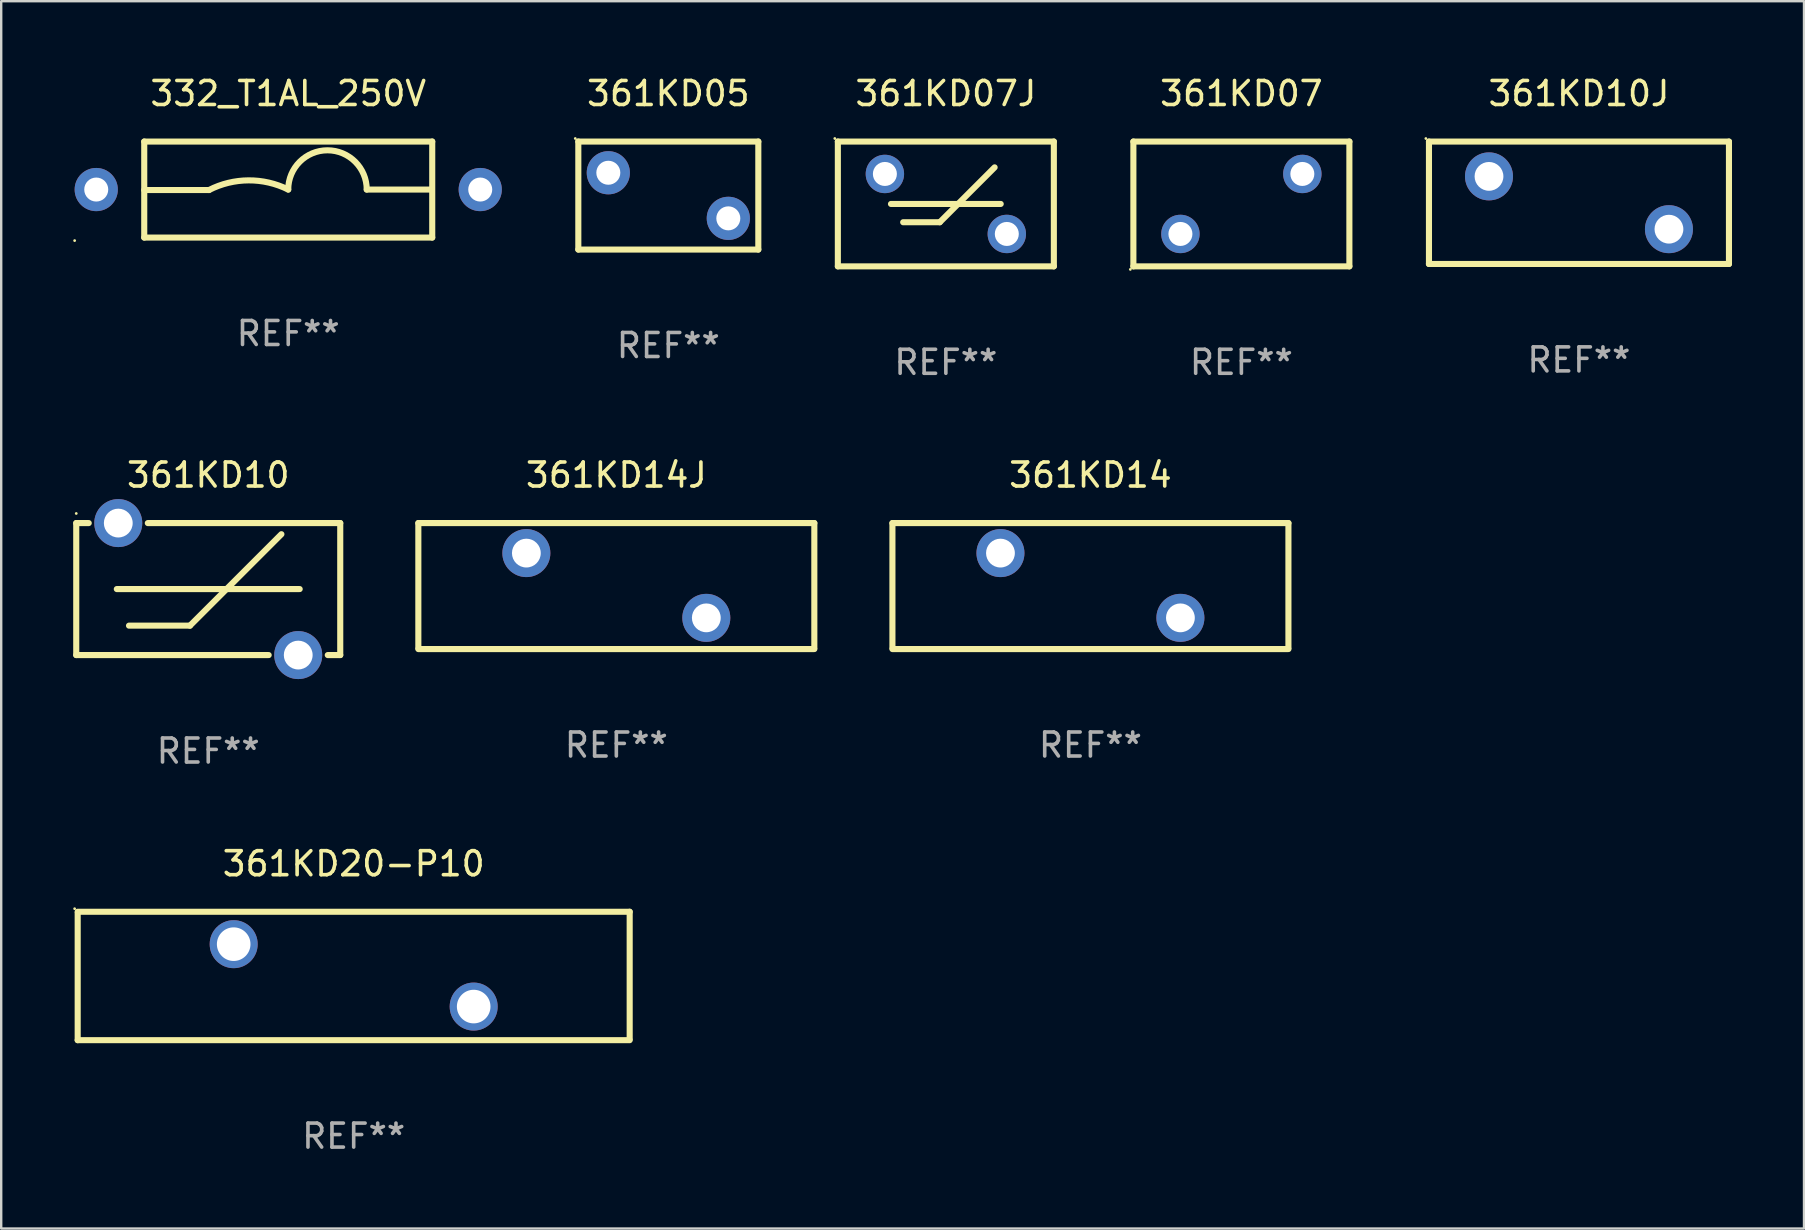
<source format=kicad_pcb>
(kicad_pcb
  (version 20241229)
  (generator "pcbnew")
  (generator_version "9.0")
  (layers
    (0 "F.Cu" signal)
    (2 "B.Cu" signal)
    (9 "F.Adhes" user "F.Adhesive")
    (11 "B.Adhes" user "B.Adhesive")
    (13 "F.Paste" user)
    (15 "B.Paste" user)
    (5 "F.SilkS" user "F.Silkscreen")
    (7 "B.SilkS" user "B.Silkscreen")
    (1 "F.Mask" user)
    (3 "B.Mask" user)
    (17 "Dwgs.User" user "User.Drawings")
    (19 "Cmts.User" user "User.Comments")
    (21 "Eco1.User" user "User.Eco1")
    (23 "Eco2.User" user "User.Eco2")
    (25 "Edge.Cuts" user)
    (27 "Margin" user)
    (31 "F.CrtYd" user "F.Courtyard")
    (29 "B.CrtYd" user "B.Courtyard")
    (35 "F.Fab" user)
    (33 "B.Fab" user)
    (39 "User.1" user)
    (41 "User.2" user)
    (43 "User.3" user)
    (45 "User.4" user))
  (footprint "361KD14"
    (layer "F.Cu")
    (at 42.385 21.37)
    (property "Reference" "361KD14" (at 0 -4.625 0) (layer "F.SilkS") (effects (font (size 1 1) (thickness 0.15))))
    (attr through_hole)
    (fp_line (start -8.25 -2.625) (end 8.25 -2.625) (stroke (width 0.254) (type solid)) (layer "F.SilkS"))
    (fp_line (start -8.25 2.577) (end -8.25 -2.625) (stroke (width 0.254) (type solid)) (layer "F.SilkS"))
    (fp_line (start 8.25 -2.625) (end 8.25 2.575) (stroke (width 0.254) (type solid)) (layer "F.SilkS"))
    (fp_line (start 8.25 2.625) (end -8.25 2.625) (stroke (width 0.254) (type solid)) (layer "F.SilkS"))
    (fp_circle (center -8.25 -2.625) (end -8.22 -2.625) (stroke (width 0.06) (type solid)) (fill no) (layer "F.SilkS"))
    (fp_text user "REF**" (at 0 6.625 0) (layer "F.Fab") (effects (font (size 1 1) (thickness 0.15))))
    (pad "1" thru_hole circle (at -3.749 -1.374) (size 2 2) (drill 1.2) (layers "*.Cu" "*.Mask"))
    (pad "2" thru_hole circle (at 3.749 1.324) (size 2 2) (drill 1.2) (layers "*.Cu" "*.Mask")))
  (footprint "361KD10"
    (layer "F.Cu")
    (at 5.627 21.495)
    (property "Reference" "361KD10" (at 0 -4.75 0) (layer "F.SilkS") (effects (font (size 1 1) (thickness 0.15))))
    (attr through_hole)
    (fp_line (start -5.5 -2.75) (end -5.5 2.75) (stroke (width 0.254) (type solid)) (layer "F.SilkS"))
    (fp_line (start -5.5 -2.75) (end -4.98 -2.75) (stroke (width 0.254) (type solid)) (layer "F.SilkS"))
    (fp_line (start -3.81 0) (end 3.81 0) (stroke (width 0.254) (type solid)) (layer "F.SilkS"))
    (fp_line (start -3.302 1.524) (end -0.762 1.524) (stroke (width 0.254) (type solid)) (layer "F.SilkS"))
    (fp_line (start -2.518 -2.75) (end 5.5 -2.75) (stroke (width 0.254) (type solid)) (layer "F.SilkS"))
    (fp_line (start -0.762 1.524) (end 3.048 -2.286) (stroke (width 0.254) (type solid)) (layer "F.SilkS"))
    (fp_line (start 2.518 2.75) (end -5.5 2.75) (stroke (width 0.254) (type solid)) (layer "F.SilkS"))
    (fp_line (start 5.5 2.75) (end 4.98 2.75) (stroke (width 0.254) (type solid)) (layer "F.SilkS"))
    (fp_line (start 5.5 2.75) (end 5.5 -2.75) (stroke (width 0.254) (type solid)) (layer "F.SilkS"))
    (fp_circle (center -5.5 -3.15) (end -5.47 -3.15) (stroke (width 0.06) (type solid)) (fill no) (layer "F.SilkS"))
    (fp_text user "REF**" (at 0 6.75 0) (layer "F.Fab") (effects (font (size 1 1) (thickness 0.15))))
    (pad "1" thru_hole circle (at -3.749 -2.75) (size 2 2) (drill 1.2) (layers "*.Cu" "*.Mask"))
    (pad "2" thru_hole circle (at 3.749 2.75) (size 2 2) (drill 1.2) (layers "*.Cu" "*.Mask")))
  (footprint "361KD07"
    (layer "F.Cu")
    (at 48.675 5.448)
    (property "Reference" "361KD07" (at 0 -4.6 0) (layer "F.SilkS") (effects (font (size 1 1) (thickness 0.15))))
    (attr through_hole)
    (fp_line (start -4.5 -2.6) (end 4.5 -2.6) (stroke (width 0.254) (type solid)) (layer "F.SilkS"))
    (fp_line (start -4.5 2.6) (end -4.5 -2.6) (stroke (width 0.254) (type solid)) (layer "F.SilkS"))
    (fp_line (start -4.5 2.6) (end 4.5 2.6) (stroke (width 0.254) (type solid)) (layer "F.SilkS"))
    (fp_line (start 4.5 2.6) (end 4.5 -2.6) (stroke (width 0.254) (type solid)) (layer "F.SilkS"))
    (fp_circle (center -4.627 2.727) (end -4.597 2.727) (stroke (width 0.06) (type solid)) (fill no) (layer "F.SilkS"))
    (fp_text user "REF**" (at 0 6.6 0) (layer "F.Fab") (effects (font (size 1 1) (thickness 0.15))))
    (pad "1" thru_hole circle (at -2.54 1.25) (size 1.6 1.6) (drill 1) (layers "*.Cu" "*.Mask"))
    (pad "2" thru_hole circle (at 2.54 -1.25) (size 1.6 1.6) (drill 1) (layers "*.Cu" "*.Mask")))
  (footprint "361KD10J"
    (layer "F.Cu")
    (at 62.74 5.399)
    (property "Reference" "361KD10J" (at 0 -4.55 0) (layer "F.SilkS") (effects (font (size 1 1) (thickness 0.15))))
    (attr through_hole)
    (fp_line (start -6.249 -2.55) (end 6.251 -2.55) (stroke (width 0.254) (type solid)) (layer "F.SilkS"))
    (fp_line (start -6.249 2.55) (end -6.249 -2.55) (stroke (width 0.254) (type solid)) (layer "F.SilkS"))
    (fp_line (start 6.251 -2.55) (end 6.251 2.55) (stroke (width 0.254) (type solid)) (layer "F.SilkS"))
    (fp_line (start 6.251 2.55) (end -6.251 2.55) (stroke (width 0.254) (type solid)) (layer "F.SilkS"))
    (fp_circle (center -6.378 -2.677) (end -6.348 -2.677) (stroke (width 0.06) (type solid)) (fill no) (layer "F.SilkS"))
    (fp_text user "REF**" (at 0 6.55 0) (layer "F.Fab") (effects (font (size 1 1) (thickness 0.15))))
    (pad "1" thru_hole circle (at -3.748 -1.1) (size 2 2) (drill 1.2) (layers "*.Cu" "*.Mask"))
    (pad "2" thru_hole circle (at 3.75 1.1) (size 2 2) (drill 1.2) (layers "*.Cu" "*.Mask")))
  (footprint "361KD20-P10"
    (layer "F.Cu")
    (at 11.687 37.616)
    (property "Reference" "361KD20-P10" (at 0 -4.675 0) (layer "F.SilkS") (effects (font (size 1 1) (thickness 0.15))))
    (attr through_hole)
    (fp_line (start -11.5 -2.675) (end 11.5 -2.675) (stroke (width 0.254) (type solid)) (layer "F.SilkS"))
    (fp_line (start -11.5 2.675) (end -11.5 -2.625) (stroke (width 0.254) (type solid)) (layer "F.SilkS"))
    (fp_line (start 11.5 -2.675) (end 11.5 2.625) (stroke (width 0.254) (type solid)) (layer "F.SilkS"))
    (fp_line (start 11.5 2.675) (end -11.5 2.675) (stroke (width 0.254) (type solid)) (layer "F.SilkS"))
    (fp_circle (center -11.627 -2.802) (end -11.597 -2.802) (stroke (width 0.06) (type solid)) (fill no) (layer "F.SilkS"))
    (fp_text user "REF**" (at 0 6.675 0) (layer "F.Fab") (effects (font (size 1 1) (thickness 0.15))))
    (pad "1" thru_hole circle (at -5 -1.325) (size 2 2) (drill 1.4) (layers "*.Cu" "*.Mask"))
    (pad "2" thru_hole circle (at 5 1.275) (size 2 2) (drill 1.4) (layers "*.Cu" "*.Mask")))
  (footprint "332_T1AL_250V"
    (layer "F.Cu")
    (at 8.96 4.848)
    (property "Reference" "332_T1AL_250V" (at 0 -4 0) (layer "F.SilkS") (effects (font (size 1 1) (thickness 0.15))))
    (attr through_hole)
    (fp_line (start -6 -2) (end 6 -2) (stroke (width 0.254) (type solid)) (layer "F.SilkS"))
    (fp_line (start -6 0.02) (end -3.302 0.02) (stroke (width 0.254) (type solid)) (layer "F.SilkS"))
    (fp_line (start -6 2) (end -6 -2) (stroke (width 0.254) (type solid)) (layer "F.SilkS"))
    (fp_line (start 5.969 0) (end 3.271 0) (stroke (width 0.254) (type solid)) (layer "F.SilkS"))
    (fp_line (start 6 -2) (end 6 2) (stroke (width 0.254) (type solid)) (layer "F.SilkS"))
    (fp_line (start 6 2) (end -6 2) (stroke (width 0.254) (type solid)) (layer "F.SilkS"))
    (fp_arc (start -3.302007 0.020218) (mid -1.653409 -0.382715) (end 0 0) (stroke (width 0.254001) (type solid)) (layer "F.SilkS"))
    (fp_arc (start 0.000001 0) (mid 1.635497 -1.634823) (end 3.270993 0) (stroke (width 0.254001) (type solid)) (layer "F.SilkS"))
    (fp_circle (center -8.9 2.127) (end -8.87 2.127) (stroke (width 0.06) (type solid)) (fill no) (layer "F.SilkS"))
    (fp_text user "REF**" (at 0 6 0) (layer "F.Fab") (effects (font (size 1 1) (thickness 0.15))))
    (pad "1" thru_hole circle (at -8 0) (size 1.8 1.8) (drill 1) (layers "*.Cu" "*.Mask"))
    (pad "2" thru_hole circle (at 8 0) (size 1.8 1.8) (drill 1) (layers "*.Cu" "*.Mask")))
  (footprint "361KD05"
    (layer "F.Cu")
    (at 24.797 5.098)
    (property "Reference" "361KD05" (at 0 -4.25 0) (layer "F.SilkS") (effects (font (size 1 1) (thickness 0.15))))
    (attr through_hole)
    (fp_line (start -3.75 -2.25) (end -3.75 2.25) (stroke (width 0.254) (type solid)) (layer "F.SilkS"))
    (fp_line (start -3.75 -2.25) (end 3.75 -2.25) (stroke (width 0.254) (type solid)) (layer "F.SilkS"))
    (fp_line (start -3.75 2.25) (end 3.75 2.25) (stroke (width 0.254) (type solid)) (layer "F.SilkS"))
    (fp_line (start 3.75 -2.25) (end 3.75 2.25) (stroke (width 0.254) (type solid)) (layer "F.SilkS"))
    (fp_circle (center -3.877 -2.377) (end -3.847 -2.377) (stroke (width 0.06) (type solid)) (fill no) (layer "F.SilkS"))
    (fp_text user "REF**" (at 0 6.25 0) (layer "F.Fab") (effects (font (size 1 1) (thickness 0.15))))
    (pad "1" thru_hole circle (at -2.5 -0.95) (size 1.8 1.8) (drill 1) (layers "*.Cu" "*.Mask"))
    (pad "2" thru_hole circle (at 2.5 0.95) (size 1.8 1.8) (drill 1) (layers "*.Cu" "*.Mask")))
  (footprint "361KD14J"
    (layer "F.Cu")
    (at 22.631 21.37)
    (property "Reference" "361KD14J" (at 0 -4.625 0) (layer "F.SilkS") (effects (font (size 1 1) (thickness 0.15))))
    (attr through_hole)
    (fp_line (start -8.25 -2.625) (end 8.25 -2.625) (stroke (width 0.254) (type solid)) (layer "F.SilkS"))
    (fp_line (start -8.25 2.577) (end -8.25 -2.625) (stroke (width 0.254) (type solid)) (layer "F.SilkS"))
    (fp_line (start 8.25 -2.625) (end 8.25 2.575) (stroke (width 0.254) (type solid)) (layer "F.SilkS"))
    (fp_line (start 8.25 2.625) (end -8.25 2.625) (stroke (width 0.254) (type solid)) (layer "F.SilkS"))
    (fp_circle (center -8.25 -2.625) (end -8.22 -2.625) (stroke (width 0.06) (type solid)) (fill no) (layer "F.SilkS"))
    (fp_text user "REF**" (at 0 6.625 0) (layer "F.Fab") (effects (font (size 1 1) (thickness 0.15))))
    (pad "1" thru_hole circle (at -3.749 -1.374) (size 2 2) (drill 1.2) (layers "*.Cu" "*.Mask"))
    (pad "2" thru_hole circle (at 3.749 1.324) (size 2 2) (drill 1.2) (layers "*.Cu" "*.Mask")))
  (footprint "361KD07J"
    (layer "F.Cu")
    (at 36.361 5.448)
    (property "Reference" "361KD07J" (at 0 -4.6 0) (layer "F.SilkS") (effects (font (size 1 1) (thickness 0.15))))
    (attr through_hole)
    (fp_line (start -4.5 -2.6) (end 4.5 -2.6) (stroke (width 0.254) (type solid)) (layer "F.SilkS"))
    (fp_line (start -4.5 2.6) (end -4.5 -2.6) (stroke (width 0.254) (type solid)) (layer "F.SilkS"))
    (fp_line (start -4.5 2.6) (end 4.5 2.6) (stroke (width 0.254) (type solid)) (layer "F.SilkS"))
    (fp_line (start -2.286 -0.000013) (end 2.286 -0.000013) (stroke (width 0.254) (type solid)) (layer "F.SilkS"))
    (fp_line (start -1.778 0.762) (end -0.254 0.762) (stroke (width 0.254) (type solid)) (layer "F.SilkS"))
    (fp_line (start -0.254 0.762) (end 2.032 -1.524) (stroke (width 0.254) (type solid)) (layer "F.SilkS"))
    (fp_line (start 4.5 2.6) (end 4.5 -2.6) (stroke (width 0.254) (type solid)) (layer "F.SilkS"))
    (fp_circle (center -4.627 -2.727) (end -4.597 -2.727) (stroke (width 0.06) (type solid)) (fill no) (layer "F.SilkS"))
    (fp_text user "REF**" (at 0 6.6 0) (layer "F.Fab") (effects (font (size 1 1) (thickness 0.15))))
    (pad "1" thru_hole circle (at -2.54 -1.25) (size 1.6 1.6) (drill 1) (layers "*.Cu" "*.Mask"))
    (pad "2" thru_hole circle (at 2.54 1.25) (size 1.6 1.6) (drill 1) (layers "*.Cu" "*.Mask")))
  (gr_rect
    (start -3 -3)
    (end 72.118 48.14)
    (stroke (width 0.1) (type default))
    (fill no)
    (layer "Edge.Cuts")))
</source>
